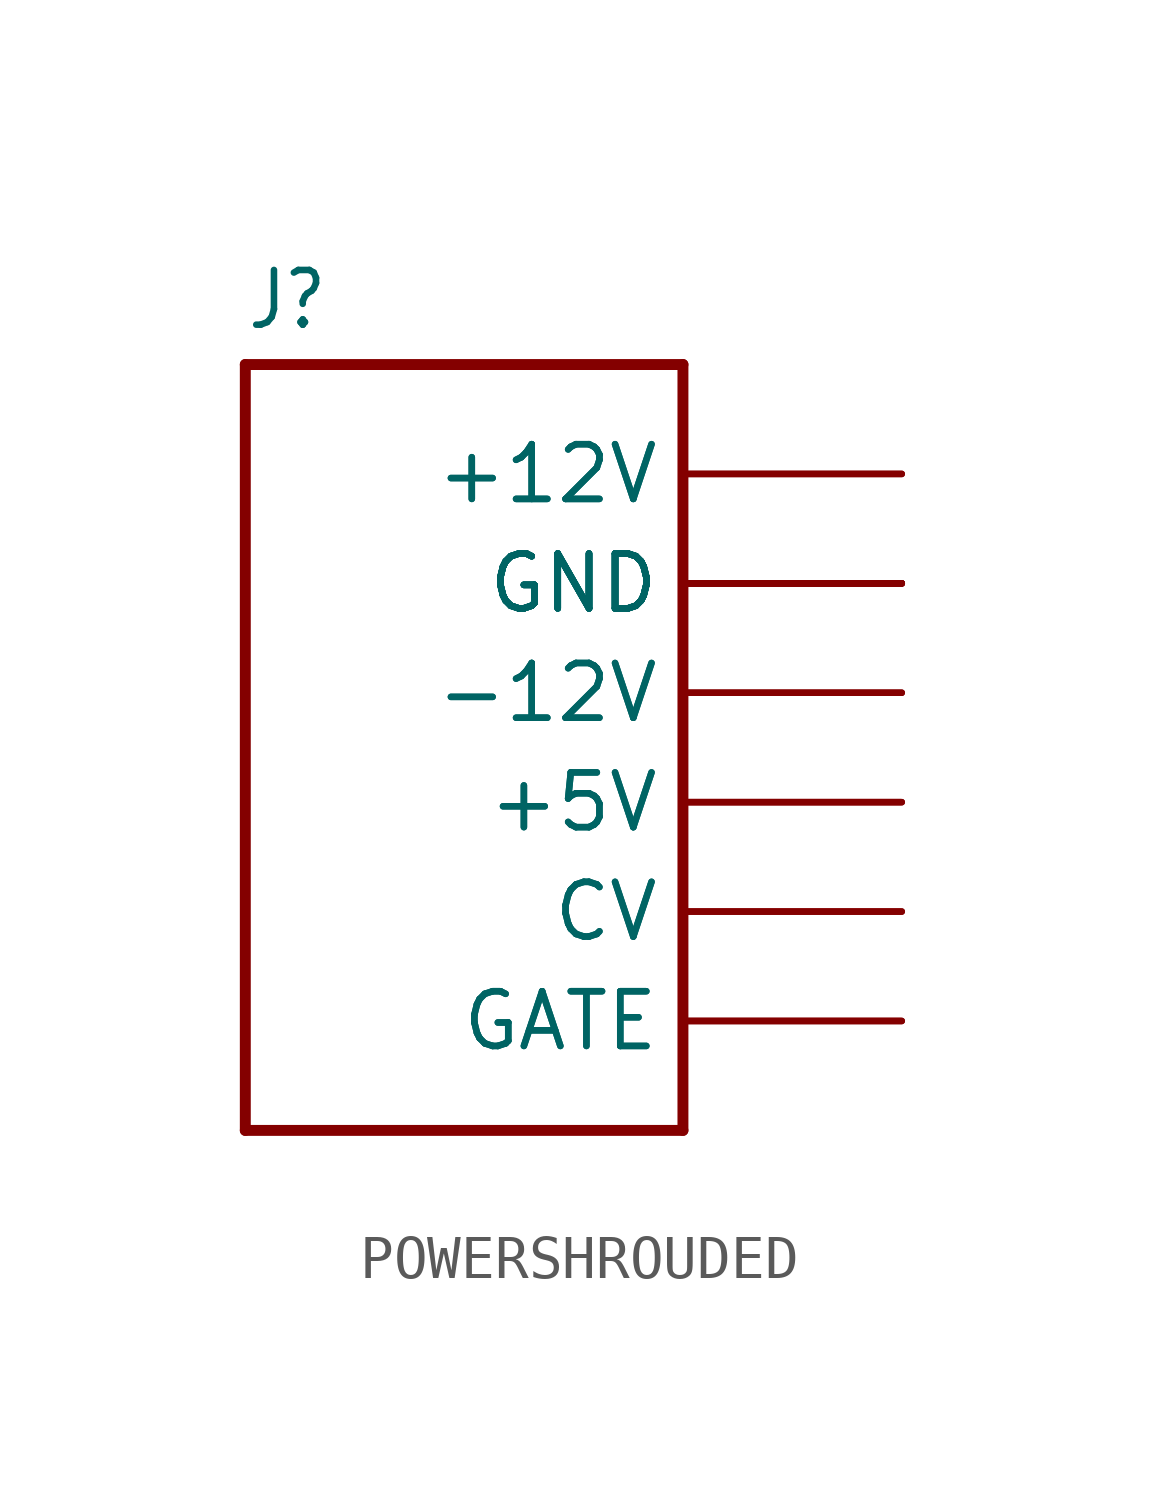
<source format=kicad_sym>
(kicad_symbol_lib
  (version 20211014)
  (generator kicad_symbol_editor)
  (symbol "POWERSHROUDED"
    (property "Reference" "J"
      (at -5.08 8.382 0)
      (effects (font (size 1.27 1.079)) (justify left bottom)))
    (property "ki_locked" ""
      (at 0 0 0)
      (effects (font (size 1.27 1.27))))
    (symbol "POWERSHROUDED_1_0"
      (polyline (pts (xy -5.08 -10.16) (xy 5.08 -10.16)) (stroke (width 0.254) (type default) (color 0 0 0 0)) (fill (type none)))
      (polyline (pts (xy -5.08 7.62) (xy -5.08 -10.16)) (stroke (width 0.254) (type default) (color 0 0 0 0)) (fill (type none)))
      (polyline (pts (xy 5.08 -10.16) (xy 5.08 7.62)) (stroke (width 0.254) (type default) (color 0 0 0 0)) (fill (type none)))
      (polyline (pts (xy 5.08 7.62) (xy -5.08 7.62)) (stroke (width 0.254) (type default) (color 0 0 0 0)) (fill (type none)))
      (pin bidirectional line (at 10.16 0 180) (length 5.08) (name "-12V" (effects (font (size 1.27 1.27)))) (number "1" (effects (font (size 0 0)))))
      (pin bidirectional line (at 10.16 5.08 180) (length 5.08) (name "+12V" (effects (font (size 1.27 1.27)))) (number "10" (effects (font (size 0 0)))))
      (pin bidirectional line (at 10.16 -2.54 180) (length 5.08) (name "+5V" (effects (font (size 1.27 1.27)))) (number "11" (effects (font (size 0 0)))))
      (pin bidirectional line (at 10.16 -2.54 180) (length 5.08) (name "+5V" (effects (font (size 1.27 1.27)))) (number "12" (effects (font (size 0 0)))))
      (pin bidirectional line (at 10.16 -5.08 180) (length 5.08) (name "CV" (effects (font (size 1.27 1.27)))) (number "13" (effects (font (size 0 0)))))
      (pin bidirectional line (at 10.16 -5.08 180) (length 5.08) (name "CV" (effects (font (size 1.27 1.27)))) (number "14" (effects (font (size 0 0)))))
      (pin bidirectional line (at 10.16 -7.62 180) (length 5.08) (name "GATE" (effects (font (size 1.27 1.27)))) (number "15" (effects (font (size 0 0)))))
      (pin bidirectional line (at 10.16 -7.62 180) (length 5.08) (name "GATE" (effects (font (size 1.27 1.27)))) (number "16" (effects (font (size 0 0)))))
      (pin bidirectional line (at 10.16 0 180) (length 5.08) (name "-12V" (effects (font (size 1.27 1.27)))) (number "2" (effects (font (size 0 0)))))
      (pin bidirectional line (at 10.16 2.54 180) (length 5.08) (name "GND" (effects (font (size 1.27 1.27)))) (number "3" (effects (font (size 0 0)))))
      (pin bidirectional line (at 10.16 2.54 180) (length 5.08) (name "GND" (effects (font (size 1.27 1.27)))) (number "4" (effects (font (size 0 0)))))
      (pin bidirectional line (at 10.16 2.54 180) (length 5.08) (name "GND" (effects (font (size 1.27 1.27)))) (number "5" (effects (font (size 0 0)))))
      (pin bidirectional line (at 10.16 2.54 180) (length 5.08) (name "GND" (effects (font (size 1.27 1.27)))) (number "6" (effects (font (size 0 0)))))
      (pin bidirectional line (at 10.16 2.54 180) (length 5.08) (name "GND" (effects (font (size 1.27 1.27)))) (number "7" (effects (font (size 0 0)))))
      (pin bidirectional line (at 10.16 2.54 180) (length 5.08) (name "GND" (effects (font (size 1.27 1.27)))) (number "8" (effects (font (size 0 0)))))
      (pin bidirectional line (at 10.16 5.08 180) (length 5.08) (name "+12V" (effects (font (size 1.27 1.27)))) (number "9" (effects (font (size 0 0))))))))
</source>
